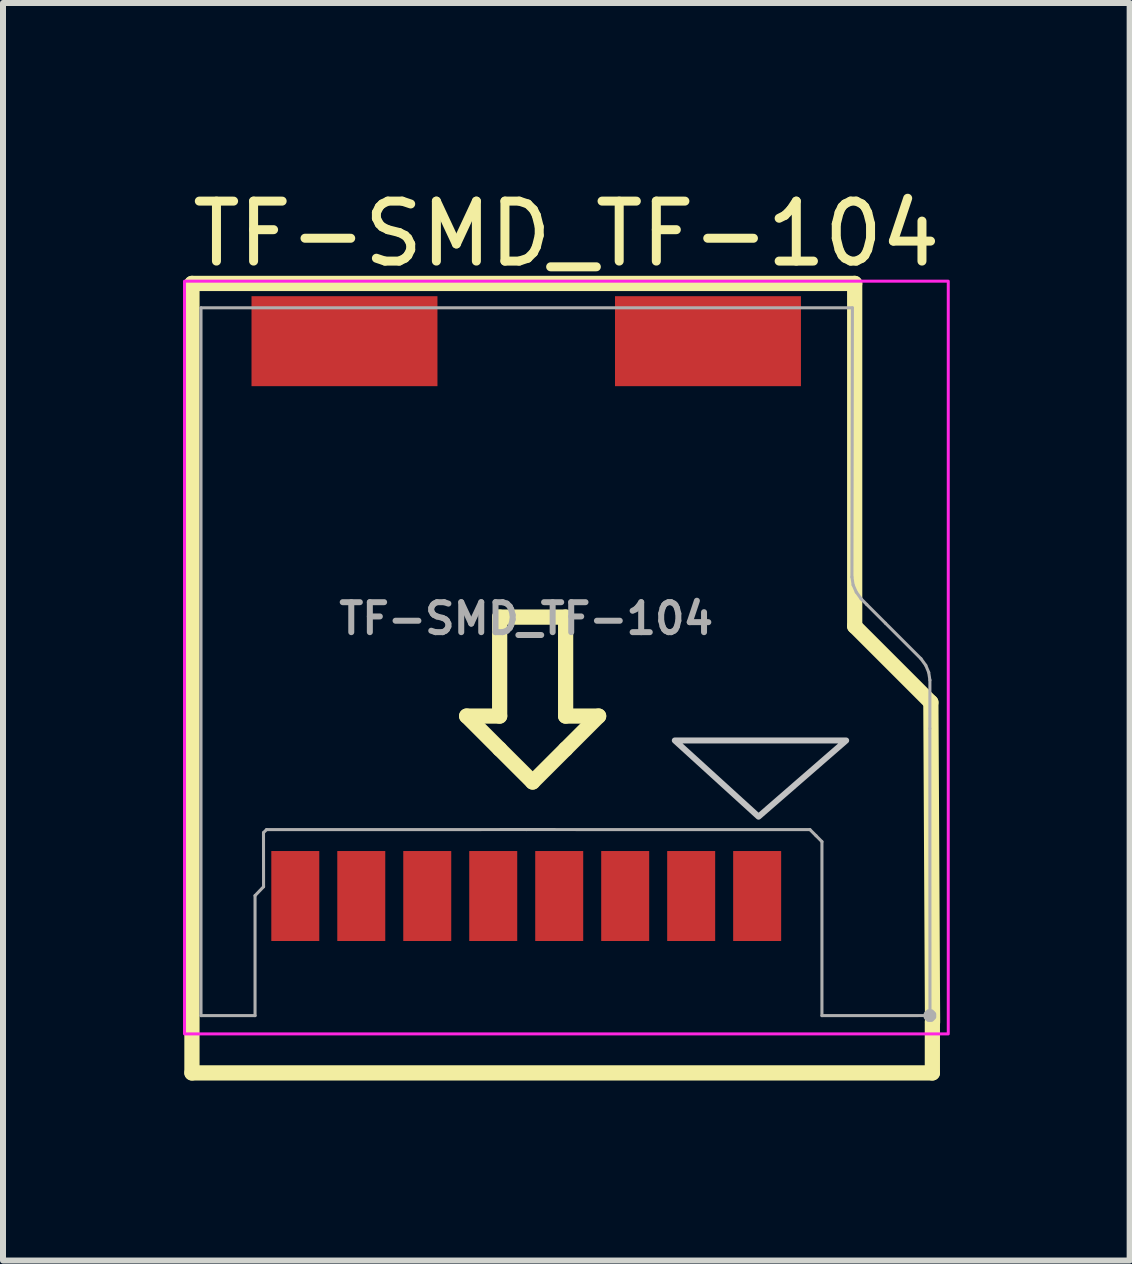
<source format=kicad_pcb>
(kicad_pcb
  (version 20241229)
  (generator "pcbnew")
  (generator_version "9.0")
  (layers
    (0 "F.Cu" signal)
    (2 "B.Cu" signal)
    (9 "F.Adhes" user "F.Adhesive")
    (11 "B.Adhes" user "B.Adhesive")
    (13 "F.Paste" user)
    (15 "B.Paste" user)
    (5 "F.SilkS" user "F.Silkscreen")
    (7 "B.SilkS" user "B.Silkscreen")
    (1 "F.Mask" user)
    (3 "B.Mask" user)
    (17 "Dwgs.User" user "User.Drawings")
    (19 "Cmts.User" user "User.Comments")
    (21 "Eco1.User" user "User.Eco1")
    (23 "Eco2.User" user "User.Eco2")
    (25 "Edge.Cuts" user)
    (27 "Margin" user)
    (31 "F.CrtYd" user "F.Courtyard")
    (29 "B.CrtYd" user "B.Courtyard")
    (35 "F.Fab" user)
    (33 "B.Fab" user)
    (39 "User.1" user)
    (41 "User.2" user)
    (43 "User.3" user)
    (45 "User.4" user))
  (footprint "TF-SMD_TF-104"
    (layer "F.Cu")
    (at 5.723 7.263)
    (property "Reference" "TF-SMD_TF-104" (at 0.669 -6.415 0) (layer "F.SilkS") (effects (font (size 1 1) (thickness 0.15))))
    (fp_line (start -5.573 -5.588) (end 5.476 -5.588) (stroke (width 0.254) (type default)) (layer "F.SilkS"))
    (fp_line (start -5.573 -5.588) (end -5.573 7.574) (stroke (width 0.254) (type default)) (layer "F.SilkS"))
    (fp_line (start -5.573 7.574) (end 6.771 7.574) (stroke (width 0.254) (type default)) (layer "F.SilkS"))
    (fp_line (start -0.993 1.625) (end -0.443 1.625) (stroke (width 0.254) (type default)) (layer "F.SilkS"))
    (fp_line (start -0.443 -0.025) (end 0.657 -0.025) (stroke (width 0.254) (type default)) (layer "F.SilkS"))
    (fp_line (start -0.443 1.625) (end -0.443 -0.025) (stroke (width 0.254) (type default)) (layer "F.SilkS"))
    (fp_line (start -0.443 2.175) (end -0.993 1.625) (stroke (width 0.254) (type default)) (layer "F.SilkS"))
    (fp_line (start 0.107 2.724) (end -0.443 2.175) (stroke (width 0.254) (type default)) (layer "F.SilkS"))
    (fp_line (start 0.657 -0.025) (end 0.657 1.625) (stroke (width 0.254) (type default)) (layer "F.SilkS"))
    (fp_line (start 0.657 1.625) (end 1.207 1.625) (stroke (width 0.254) (type default)) (layer "F.SilkS"))
    (fp_line (start 0.657 2.175) (end 0.107 2.724) (stroke (width 0.254) (type default)) (layer "F.SilkS"))
    (fp_line (start 1.207 1.625) (end 0.657 2.175) (stroke (width 0.254) (type default)) (layer "F.SilkS"))
    (fp_line (start 5.476 -5.588) (end 5.476 0.127) (stroke (width 0.254) (type default)) (layer "F.SilkS"))
    (fp_line (start 5.476 0.127) (end 6.746 1.397) (stroke (width 0.254) (type default)) (layer "F.SilkS"))
    (fp_line (start 6.746 1.397) (end 6.774 6.729) (stroke (width 0.254) (type default)) (layer "F.SilkS"))
    (fp_line (start 6.771 7.574) (end 6.771 6.729) (stroke (width 0.254) (type default)) (layer "F.SilkS"))
    (fp_poly (pts (xy 2.477 2.032) (xy 5.334 2.032) (xy 3.873 3.302)) (stroke (width 0.1) (type default)) (fill no) (layer "Dwgs.User"))
    (fp_rect (start -5.697 -5.625) (end 7.036 6.924) (stroke (width 0.05) (type default)) (fill no) (layer "F.CrtYd"))
    (fp_line (start -5.422 -5.181) (end 5.438 -5.181) (stroke (width 0.051) (type default)) (layer "F.Fab"))
    (fp_line (start -5.422 6.619) (end -5.422 -5.181) (stroke (width 0.051) (type default)) (layer "F.Fab"))
    (fp_line (start -4.521 4.618) (end -4.521 6.619) (stroke (width 0.051) (type default)) (layer "F.Fab"))
    (fp_line (start -4.521 6.619) (end -5.422 6.619) (stroke (width 0.051) (type default)) (layer "F.Fab"))
    (fp_line (start -4.38 3.568) (end -4.379 4.47) (stroke (width 0.051) (type default)) (layer "F.Fab"))
    (fp_line (start -4.379 4.47) (end -4.521 4.618) (stroke (width 0.051) (type default)) (layer "F.Fab"))
    (fp_line (start -4.33 3.518) (end -4.38 3.568) (stroke (width 0.051) (type default)) (layer "F.Fab"))
    (fp_line (start 0.004 3.517) (end -4.33 3.518) (stroke (width 0.051) (type default)) (layer "F.Fab"))
    (fp_line (start 4.73 3.518) (end 0.004 3.517) (stroke (width 0.051) (type default)) (layer "F.Fab"))
    (fp_line (start 4.832 3.62) (end 4.73 3.518) (stroke (width 0.051) (type default)) (layer "F.Fab"))
    (fp_line (start 4.93 3.719) (end 4.832 3.62) (stroke (width 0.051) (type default)) (layer "F.Fab"))
    (fp_line (start 4.93 6.619) (end 4.93 3.719) (stroke (width 0.051) (type default)) (layer "F.Fab"))
    (fp_line (start 5.43 -0.693) (end 5.45 -0.561) (stroke (width 0.051) (type default)) (layer "F.Fab"))
    (fp_line (start 5.438 -5.181) (end 5.43 -0.693) (stroke (width 0.051) (type default)) (layer "F.Fab"))
    (fp_line (start 5.45 -0.561) (end 5.502 -0.442) (stroke (width 0.051) (type default)) (layer "F.Fab"))
    (fp_line (start 5.502 -0.442) (end 5.583 -0.33) (stroke (width 0.051) (type default)) (layer "F.Fab"))
    (fp_line (start 5.583 -0.33) (end 5.678 -0.234) (stroke (width 0.051) (type default)) (layer "F.Fab"))
    (fp_line (start 5.678 -0.234) (end 5.989 0.077) (stroke (width 0.051) (type default)) (layer "F.Fab"))
    (fp_line (start 5.989 0.077) (end 6.581 0.669) (stroke (width 0.051) (type default)) (layer "F.Fab"))
    (fp_line (start 6.581 0.669) (end 6.661 0.779) (stroke (width 0.051) (type default)) (layer "F.Fab"))
    (fp_line (start 6.661 0.779) (end 6.71 0.897) (stroke (width 0.051) (type default)) (layer "F.Fab"))
    (fp_line (start 6.71 0.897) (end 6.73 1.026) (stroke (width 0.051) (type default)) (layer "F.Fab"))
    (fp_line (start 6.729 1.833) (end 6.731 6.618) (stroke (width 0.051) (type default)) (layer "F.Fab"))
    (fp_line (start 6.73 1.026) (end 6.729 1.833) (stroke (width 0.051) (type default)) (layer "F.Fab"))
    (fp_line (start 6.731 6.618) (end 4.93 6.619) (stroke (width 0.051) (type default)) (layer "F.Fab"))
    (fp_poly (pts (xy 6.786 6.596) (xy 6.753 6.563) (xy 6.708 6.563) (xy 6.675 6.596) (xy 6.675 6.641) (xy 6.708 6.674) (xy 6.753 6.674) (xy 6.786 6.641)) (stroke (width 0.1) (type default)) (fill no) (layer "F.Fab"))
    (fp_poly (pts (xy -4.05 3.47) (xy -3.65 3.47) (xy -3.65 5.069) (xy -4.05 5.069)) (stroke (width 0.1) (type default)) (fill no) (layer "User.1"))
    (fp_poly (pts (xy -3.68 -5.181) (xy -2.38 -5.181) (xy -2.38 -4.431) (xy -3.68 -4.431)) (stroke (width 0.1) (type default)) (fill no) (layer "User.1"))
    (fp_poly (pts (xy -2.95 3.47) (xy -2.55 3.47) (xy -2.55 5.069) (xy -2.95 5.069)) (stroke (width 0.1) (type default)) (fill no) (layer "User.1"))
    (fp_poly (pts (xy -1.85 3.47) (xy -1.45 3.47) (xy -1.45 5.069) (xy -1.85 5.069)) (stroke (width 0.1) (type default)) (fill no) (layer "User.1"))
    (fp_poly (pts (xy -0.75 3.47) (xy -0.35 3.47) (xy -0.35 5.069) (xy -0.75 5.069)) (stroke (width 0.1) (type default)) (fill no) (layer "User.1"))
    (fp_poly (pts (xy 0.35 3.47) (xy 0.75 3.47) (xy 0.75 5.069) (xy 0.35 5.069)) (stroke (width 0.1) (type default)) (fill no) (layer "User.1"))
    (fp_poly (pts (xy 1.45 3.47) (xy 1.85 3.47) (xy 1.85 5.069) (xy 1.45 5.069)) (stroke (width 0.1) (type default)) (fill no) (layer "User.1"))
    (fp_poly (pts (xy 2.38 -5.181) (xy 3.68 -5.181) (xy 3.68 -4.431) (xy 2.38 -4.431)) (stroke (width 0.1) (type default)) (fill no) (layer "User.1"))
    (fp_poly (pts (xy 2.55 3.47) (xy 2.95 3.47) (xy 2.95 5.069) (xy 2.55 5.069)) (stroke (width 0.1) (type default)) (fill no) (layer "User.1"))
    (fp_poly (pts (xy 3.65 3.47) (xy 4.05 3.47) (xy 4.05 5.069) (xy 3.65 5.069)) (stroke (width 0.1) (type default)) (fill no) (layer "User.1"))
    (fp_text user "${REFERENCE}" (at 0 0 0) (layer "F.Fab") (effects (font (size 0.5 0.5) (thickness 0.1))))
    (pad "1" smd rect (at 3.85 4.625) (size 0.8 1.5) (layers "F.Cu" "F.Mask" "F.Paste"))
    (pad "2" smd rect (at 2.75 4.625) (size 0.8 1.5) (layers "F.Cu" "F.Mask" "F.Paste"))
    (pad "3" smd rect (at 1.65 4.625) (size 0.8 1.5) (layers "F.Cu" "F.Mask" "F.Paste"))
    (pad "4" smd rect (at 0.55 4.625) (size 0.8 1.5) (layers "F.Cu" "F.Mask" "F.Paste"))
    (pad "5" smd rect (at -0.55 4.625) (size 0.8 1.5) (layers "F.Cu" "F.Mask" "F.Paste"))
    (pad "6" smd rect (at -1.65 4.625) (size 0.8 1.5) (layers "F.Cu" "F.Mask" "F.Paste"))
    (pad "7" smd rect (at -2.75 4.625) (size 0.8 1.5) (layers "F.Cu" "F.Mask" "F.Paste"))
    (pad "8" smd rect (at -3.85 4.625) (size 0.8 1.5) (layers "F.Cu" "F.Mask" "F.Paste"))
    (pad "9" smd rect (at -3.03 -4.625) (size 3.1 1.5) (layers "F.Cu" "F.Mask" "F.Paste"))
    (pad "10" smd rect (at 3.03 -4.625) (size 3.1 1.5) (layers "F.Cu" "F.Mask" "F.Paste")))
  (gr_rect
    (start -3 -3)
    (end 15.783 17.965)
    (stroke (width 0.1) (type default))
    (fill no)
    (layer "Edge.Cuts")))
</source>
